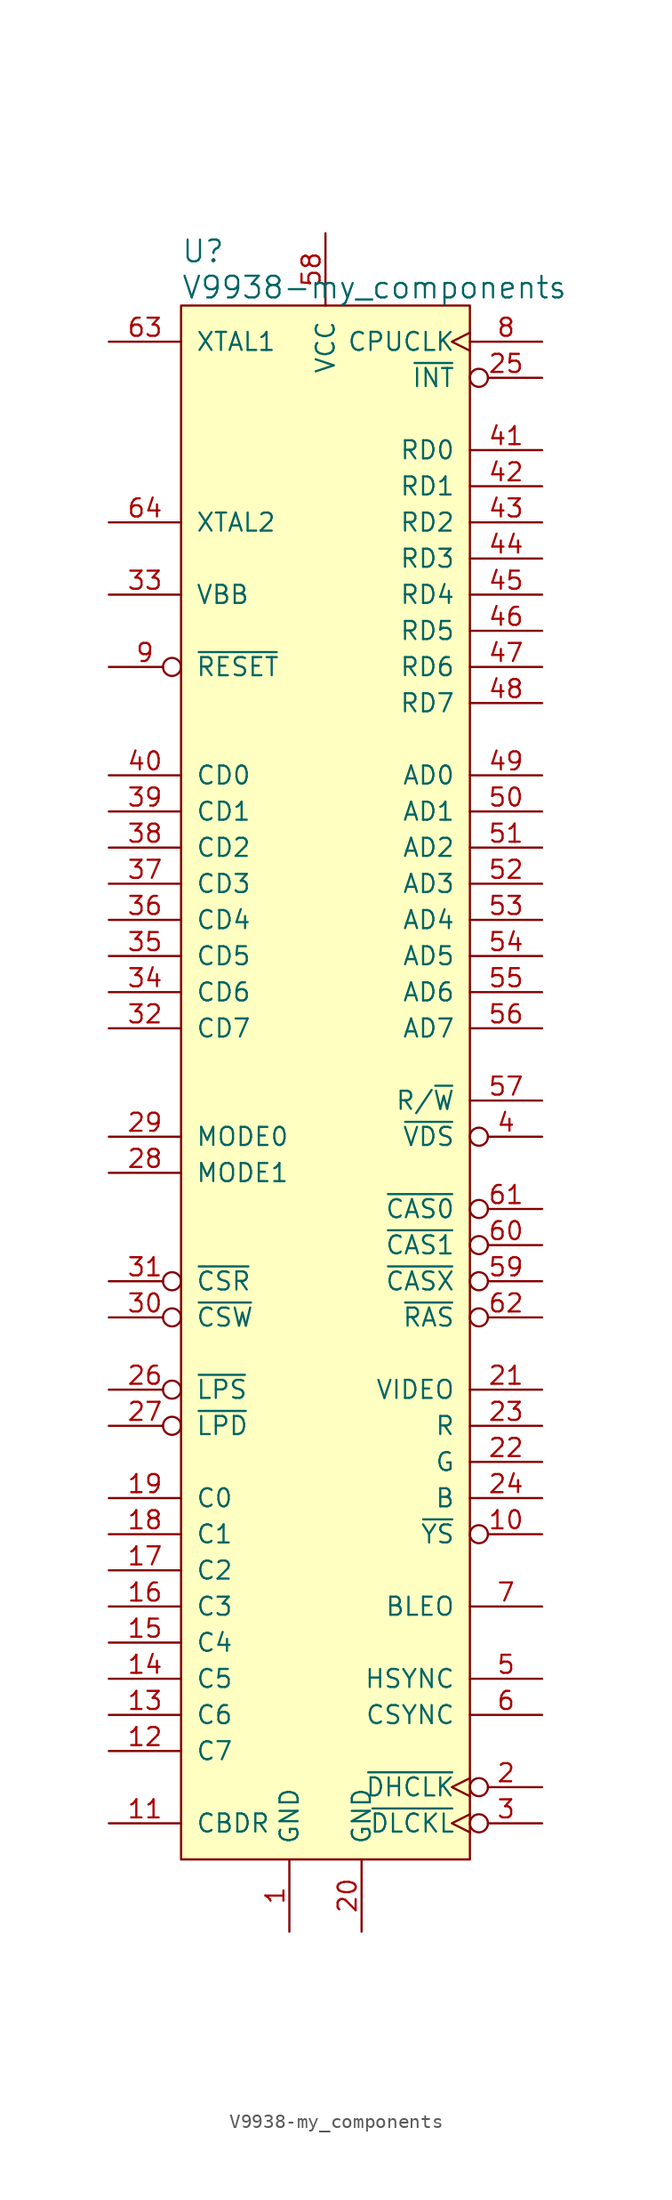
<source format=kicad_sym>
(kicad_symbol_lib
  (version 20211014)
  (generator kicad_symbol_editor)
  (symbol "V9938-my_components"
    (pin_names
      (offset 1.016))
    (property "Reference" "U"
      (at -10.16 58.42 0)
      (effects (font (size 1.524 1.524)) (justify left)))
    (property "Value" "V9938-my_components"
      (at -10.16 55.88 0)
      (effects (font (size 1.524 1.524)) (justify left)))
    (property "Footprint" ""
      (at 0 21.59 0)
      (effects (font (size 1.524 1.524))))
    (property "Datasheet" ""
      (at 0 21.59 0)
      (effects (font (size 1.524 1.524))))
    (symbol "V9938-my_components_0_1"
      (rectangle (start -10.16 54.61) (end 10.16 -54.61) (stroke (width 0) (type default) (color 0 0 0 0)) (fill (type background))))
    (symbol "V9938-my_components_1_1"
      (pin power_in line (at -2.54 -59.69 90) (length 5.08) (name "GND" (effects (font (size 1.27 1.27)))) (number "1" (effects (font (size 1.27 1.27)))))
      (pin output inverted (at 15.24 -31.75 180) (length 5.08) (name "~{YS}" (effects (font (size 1.27 1.27)))) (number "10" (effects (font (size 1.27 1.27)))))
      (pin output line (at -15.24 -52.07 0) (length 5.08) (name "CBDR" (effects (font (size 1.27 1.27)))) (number "11" (effects (font (size 1.27 1.27)))))
      (pin tri_state line (at -15.24 -46.99 0) (length 5.08) (name "C7" (effects (font (size 1.27 1.27)))) (number "12" (effects (font (size 1.27 1.27)))))
      (pin tri_state line (at -15.24 -44.45 0) (length 5.08) (name "C6" (effects (font (size 1.27 1.27)))) (number "13" (effects (font (size 1.27 1.27)))))
      (pin tri_state line (at -15.24 -41.91 0) (length 5.08) (name "C5" (effects (font (size 1.27 1.27)))) (number "14" (effects (font (size 1.27 1.27)))))
      (pin tri_state line (at -15.24 -39.37 0) (length 5.08) (name "C4" (effects (font (size 1.27 1.27)))) (number "15" (effects (font (size 1.27 1.27)))))
      (pin tri_state line (at -15.24 -36.83 0) (length 5.08) (name "C3" (effects (font (size 1.27 1.27)))) (number "16" (effects (font (size 1.27 1.27)))))
      (pin tri_state line (at -15.24 -34.29 0) (length 5.08) (name "C2" (effects (font (size 1.27 1.27)))) (number "17" (effects (font (size 1.27 1.27)))))
      (pin tri_state line (at -15.24 -31.75 0) (length 5.08) (name "C1" (effects (font (size 1.27 1.27)))) (number "18" (effects (font (size 1.27 1.27)))))
      (pin tri_state line (at -15.24 -29.21 0) (length 5.08) (name "C0" (effects (font (size 1.27 1.27)))) (number "19" (effects (font (size 1.27 1.27)))))
      (pin output inverted_clock (at 15.24 -49.53 180) (length 5.08) (name "~{DHCLK}" (effects (font (size 1.27 1.27)))) (number "2" (effects (font (size 1.27 1.27)))))
      (pin power_in line (at 2.54 -59.69 90) (length 5.08) (name "GND" (effects (font (size 1.27 1.27)))) (number "20" (effects (font (size 1.27 1.27)))))
      (pin output line (at 15.24 -21.59 180) (length 5.08) (name "VIDEO" (effects (font (size 1.27 1.27)))) (number "21" (effects (font (size 1.27 1.27)))))
      (pin output line (at 15.24 -26.67 180) (length 5.08) (name "G" (effects (font (size 1.27 1.27)))) (number "22" (effects (font (size 1.27 1.27)))))
      (pin output line (at 15.24 -24.13 180) (length 5.08) (name "R" (effects (font (size 1.27 1.27)))) (number "23" (effects (font (size 1.27 1.27)))))
      (pin output line (at 15.24 -29.21 180) (length 5.08) (name "B" (effects (font (size 1.27 1.27)))) (number "24" (effects (font (size 1.27 1.27)))))
      (pin open_collector inverted (at 15.24 49.53 180) (length 5.08) (name "~{INT}" (effects (font (size 1.27 1.27)))) (number "25" (effects (font (size 1.27 1.27)))))
      (pin input inverted (at -15.24 -21.59 0) (length 5.08) (name "~{LPS}" (effects (font (size 1.27 1.27)))) (number "26" (effects (font (size 1.27 1.27)))))
      (pin input inverted (at -15.24 -24.13 0) (length 5.08) (name "~{LPD}" (effects (font (size 1.27 1.27)))) (number "27" (effects (font (size 1.27 1.27)))))
      (pin input line (at -15.24 -6.35 0) (length 5.08) (name "MODE1" (effects (font (size 1.27 1.27)))) (number "28" (effects (font (size 1.27 1.27)))))
      (pin input line (at -15.24 -3.81 0) (length 5.08) (name "MODE0" (effects (font (size 1.27 1.27)))) (number "29" (effects (font (size 1.27 1.27)))))
      (pin output inverted_clock (at 15.24 -52.07 180) (length 5.08) (name "~{DLCKL}" (effects (font (size 1.27 1.27)))) (number "3" (effects (font (size 1.27 1.27)))))
      (pin input inverted (at -15.24 -16.51 0) (length 5.08) (name "~{CSW}" (effects (font (size 1.27 1.27)))) (number "30" (effects (font (size 1.27 1.27)))))
      (pin input inverted (at -15.24 -13.97 0) (length 5.08) (name "~{CSR}" (effects (font (size 1.27 1.27)))) (number "31" (effects (font (size 1.27 1.27)))))
      (pin tri_state line (at -15.24 3.81 0) (length 5.08) (name "CD7" (effects (font (size 1.27 1.27)))) (number "32" (effects (font (size 1.27 1.27)))))
      (pin output line (at -15.24 34.29 0) (length 5.08) (name "VBB" (effects (font (size 1.27 1.27)))) (number "33" (effects (font (size 1.27 1.27)))))
      (pin tri_state line (at -15.24 6.35 0) (length 5.08) (name "CD6" (effects (font (size 1.27 1.27)))) (number "34" (effects (font (size 1.27 1.27)))))
      (pin tri_state line (at -15.24 8.89 0) (length 5.08) (name "CD5" (effects (font (size 1.27 1.27)))) (number "35" (effects (font (size 1.27 1.27)))))
      (pin tri_state line (at -15.24 11.43 0) (length 5.08) (name "CD4" (effects (font (size 1.27 1.27)))) (number "36" (effects (font (size 1.27 1.27)))))
      (pin tri_state line (at -15.24 13.97 0) (length 5.08) (name "CD3" (effects (font (size 1.27 1.27)))) (number "37" (effects (font (size 1.27 1.27)))))
      (pin tri_state line (at -15.24 16.51 0) (length 5.08) (name "CD2" (effects (font (size 1.27 1.27)))) (number "38" (effects (font (size 1.27 1.27)))))
      (pin tri_state line (at -15.24 19.05 0) (length 5.08) (name "CD1" (effects (font (size 1.27 1.27)))) (number "39" (effects (font (size 1.27 1.27)))))
      (pin output inverted (at 15.24 -3.81 180) (length 5.08) (name "~{VDS}" (effects (font (size 1.27 1.27)))) (number "4" (effects (font (size 1.27 1.27)))))
      (pin tri_state line (at -15.24 21.59 0) (length 5.08) (name "CD0" (effects (font (size 1.27 1.27)))) (number "40" (effects (font (size 1.27 1.27)))))
      (pin tri_state line (at 15.24 44.45 180) (length 5.08) (name "RD0" (effects (font (size 1.27 1.27)))) (number "41" (effects (font (size 1.27 1.27)))))
      (pin tri_state line (at 15.24 41.91 180) (length 5.08) (name "RD1" (effects (font (size 1.27 1.27)))) (number "42" (effects (font (size 1.27 1.27)))))
      (pin tri_state line (at 15.24 39.37 180) (length 5.08) (name "RD2" (effects (font (size 1.27 1.27)))) (number "43" (effects (font (size 1.27 1.27)))))
      (pin tri_state line (at 15.24 36.83 180) (length 5.08) (name "RD3" (effects (font (size 1.27 1.27)))) (number "44" (effects (font (size 1.27 1.27)))))
      (pin tri_state line (at 15.24 34.29 180) (length 5.08) (name "RD4" (effects (font (size 1.27 1.27)))) (number "45" (effects (font (size 1.27 1.27)))))
      (pin tri_state line (at 15.24 31.75 180) (length 5.08) (name "RD5" (effects (font (size 1.27 1.27)))) (number "46" (effects (font (size 1.27 1.27)))))
      (pin tri_state line (at 15.24 29.21 180) (length 5.08) (name "RD6" (effects (font (size 1.27 1.27)))) (number "47" (effects (font (size 1.27 1.27)))))
      (pin tri_state line (at 15.24 26.67 180) (length 5.08) (name "RD7" (effects (font (size 1.27 1.27)))) (number "48" (effects (font (size 1.27 1.27)))))
      (pin output line (at 15.24 21.59 180) (length 5.08) (name "AD0" (effects (font (size 1.27 1.27)))) (number "49" (effects (font (size 1.27 1.27)))))
      (pin bidirectional line (at 15.24 -41.91 180) (length 5.08) (name "HSYNC" (effects (font (size 1.27 1.27)))) (number "5" (effects (font (size 1.27 1.27)))))
      (pin output line (at 15.24 19.05 180) (length 5.08) (name "AD1" (effects (font (size 1.27 1.27)))) (number "50" (effects (font (size 1.27 1.27)))))
      (pin output line (at 15.24 16.51 180) (length 5.08) (name "AD2" (effects (font (size 1.27 1.27)))) (number "51" (effects (font (size 1.27 1.27)))))
      (pin output line (at 15.24 13.97 180) (length 5.08) (name "AD3" (effects (font (size 1.27 1.27)))) (number "52" (effects (font (size 1.27 1.27)))))
      (pin output line (at 15.24 11.43 180) (length 5.08) (name "AD4" (effects (font (size 1.27 1.27)))) (number "53" (effects (font (size 1.27 1.27)))))
      (pin output line (at 15.24 8.89 180) (length 5.08) (name "AD5" (effects (font (size 1.27 1.27)))) (number "54" (effects (font (size 1.27 1.27)))))
      (pin output line (at 15.24 6.35 180) (length 5.08) (name "AD6" (effects (font (size 1.27 1.27)))) (number "55" (effects (font (size 1.27 1.27)))))
      (pin output line (at 15.24 3.81 180) (length 5.08) (name "AD7" (effects (font (size 1.27 1.27)))) (number "56" (effects (font (size 1.27 1.27)))))
      (pin output line (at 15.24 -1.27 180) (length 5.08) (name "R/~{W}" (effects (font (size 1.27 1.27)))) (number "57" (effects (font (size 1.27 1.27)))))
      (pin power_in line (at 0 59.69 270) (length 5.08) (name "VCC" (effects (font (size 1.27 1.27)))) (number "58" (effects (font (size 1.27 1.27)))))
      (pin output inverted (at 15.24 -13.97 180) (length 5.08) (name "~{CASX}" (effects (font (size 1.27 1.27)))) (number "59" (effects (font (size 1.27 1.27)))))
      (pin bidirectional line (at 15.24 -44.45 180) (length 5.08) (name "CSYNC" (effects (font (size 1.27 1.27)))) (number "6" (effects (font (size 1.27 1.27)))))
      (pin output inverted (at 15.24 -11.43 180) (length 5.08) (name "~{CAS1}" (effects (font (size 1.27 1.27)))) (number "60" (effects (font (size 1.27 1.27)))))
      (pin output inverted (at 15.24 -8.89 180) (length 5.08) (name "~{CAS0}" (effects (font (size 1.27 1.27)))) (number "61" (effects (font (size 1.27 1.27)))))
      (pin output inverted (at 15.24 -16.51 180) (length 5.08) (name "~{RAS}" (effects (font (size 1.27 1.27)))) (number "62" (effects (font (size 1.27 1.27)))))
      (pin input line (at -15.24 52.07 0) (length 5.08) (name "XTAL1" (effects (font (size 1.27 1.27)))) (number "63" (effects (font (size 1.27 1.27)))))
      (pin input line (at -15.24 39.37 0) (length 5.08) (name "XTAL2" (effects (font (size 1.27 1.27)))) (number "64" (effects (font (size 1.27 1.27)))))
      (pin output line (at 15.24 -36.83 180) (length 5.08) (name "BLEO" (effects (font (size 1.27 1.27)))) (number "7" (effects (font (size 1.27 1.27)))))
      (pin output clock (at 15.24 52.07 180) (length 5.08) (name "CPUCLK" (effects (font (size 1.27 1.27)))) (number "8" (effects (font (size 1.27 1.27)))))
      (pin input inverted (at -15.24 29.21 0) (length 5.08) (name "~{RESET}" (effects (font (size 1.27 1.27)))) (number "9" (effects (font (size 1.27 1.27))))))))
</source>
